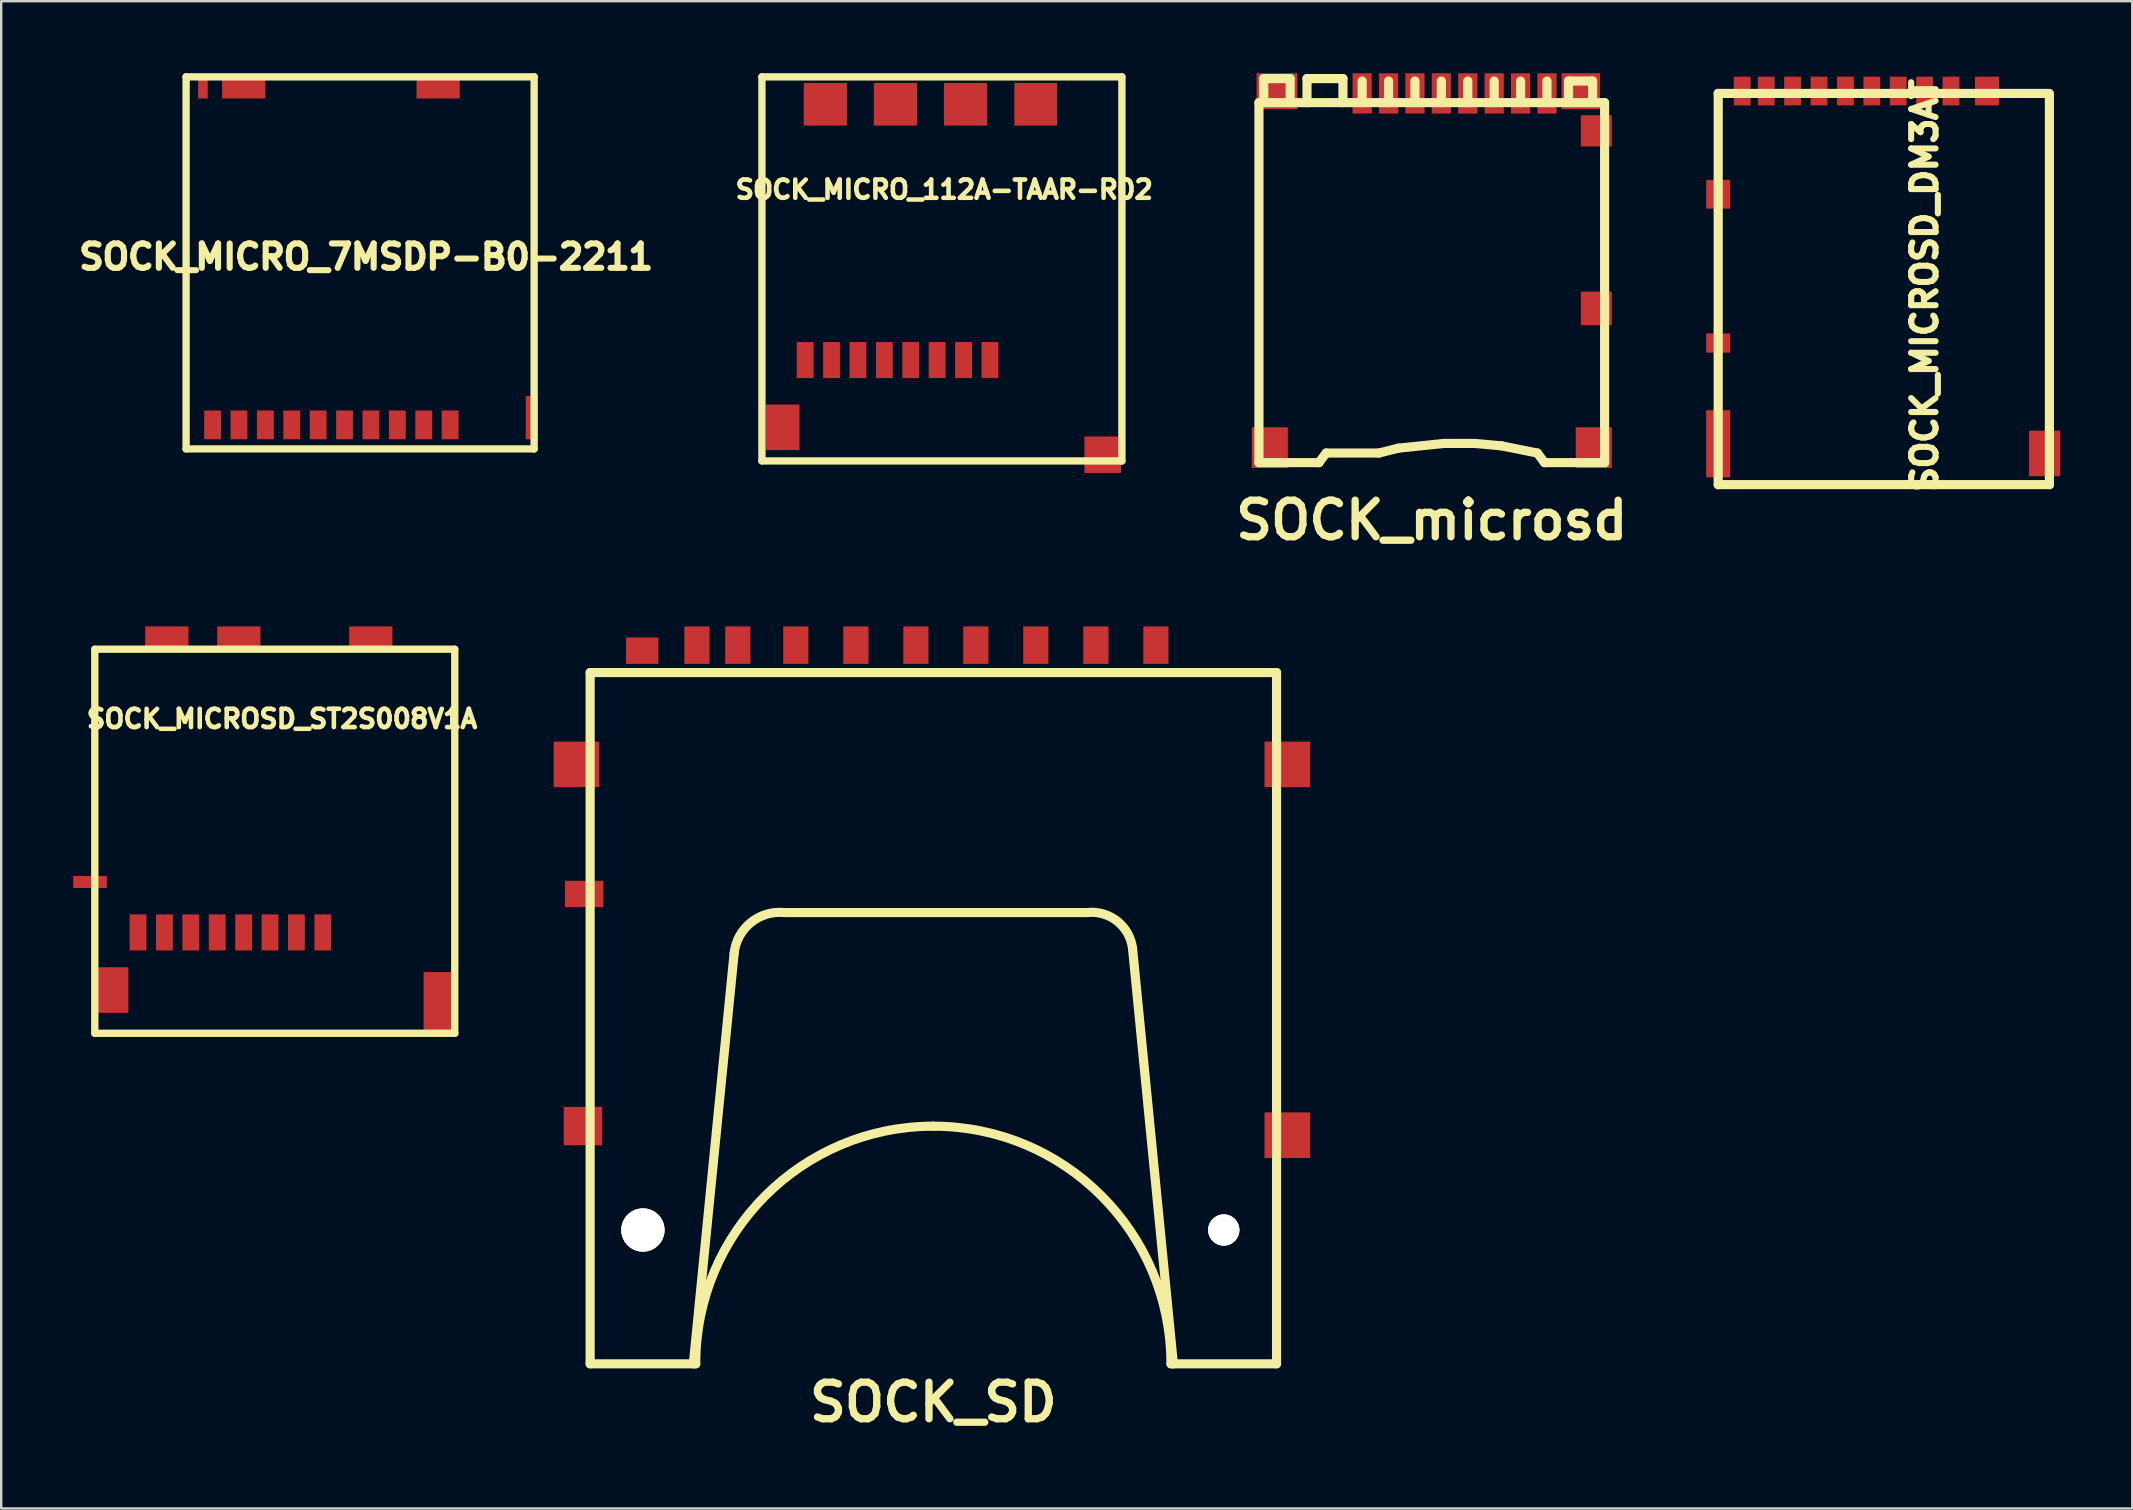
<source format=kicad_pcb>
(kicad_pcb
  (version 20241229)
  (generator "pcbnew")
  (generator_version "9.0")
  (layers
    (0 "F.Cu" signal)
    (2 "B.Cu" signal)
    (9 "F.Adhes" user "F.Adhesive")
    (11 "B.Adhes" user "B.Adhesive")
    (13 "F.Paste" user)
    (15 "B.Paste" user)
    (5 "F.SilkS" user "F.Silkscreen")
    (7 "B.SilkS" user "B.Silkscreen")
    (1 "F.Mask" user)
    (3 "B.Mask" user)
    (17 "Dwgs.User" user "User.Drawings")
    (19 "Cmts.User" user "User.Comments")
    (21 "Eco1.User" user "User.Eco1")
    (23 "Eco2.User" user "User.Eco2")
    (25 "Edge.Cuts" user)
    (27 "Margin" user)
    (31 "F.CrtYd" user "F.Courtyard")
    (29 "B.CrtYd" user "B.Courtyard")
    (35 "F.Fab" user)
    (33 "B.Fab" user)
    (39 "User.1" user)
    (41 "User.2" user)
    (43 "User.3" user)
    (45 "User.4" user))
  (footprint "SOCK_MICRO_112A-TAAR-R02"
    (layer "F.Cu")
    (at 38.197 12.088)
    (property "Reference" "SOCK_MICRO_112A-TAAR-R02" (at -1.905 -7.239 0) (layer "F.SilkS") (effects (font (size 0.762 0.762) (thickness 0.191))))
    (attr through_hole)
    (fp_line (start -9.5 -11.935) (end -9.5 4.067) (stroke (width 0.305) (type solid)) (layer "F.SilkS"))
    (fp_line (start -9.5 4.067) (end 5.499 4.067) (stroke (width 0.305) (type solid)) (layer "F.SilkS"))
    (fp_line (start 5.499 -11.935) (end -9.5 -11.935) (stroke (width 0.305) (type solid)) (layer "F.SilkS"))
    (fp_line (start 5.499 4.067) (end 5.499 -11.935) (stroke (width 0.305) (type solid)) (layer "F.SilkS"))
    (pad "1" smd rect (at 0 -0.135) (size 0.701 1.501) (layers "F.Cu" "F.Mask" "F.Paste"))
    (pad "2" smd rect (at -1.1 -0.135) (size 0.701 1.501) (layers "F.Cu" "F.Mask" "F.Paste"))
    (pad "3" smd rect (at -2.2 -0.135) (size 0.701 1.501) (layers "F.Cu" "F.Mask" "F.Paste"))
    (pad "4" smd rect (at -3.299 -0.135) (size 0.701 1.501) (layers "F.Cu" "F.Mask" "F.Paste"))
    (pad "5" smd rect (at -4.399 -0.135) (size 0.701 1.501) (layers "F.Cu" "F.Mask" "F.Paste"))
    (pad "6" smd rect (at -5.499 -0.135) (size 0.701 1.501) (layers "F.Cu" "F.Mask" "F.Paste"))
    (pad "7" smd rect (at -6.599 -0.135) (size 0.701 1.501) (layers "F.Cu" "F.Mask" "F.Paste"))
    (pad "8" smd rect (at -7.699 -0.135) (size 0.701 1.501) (layers "F.Cu" "F.Mask" "F.Paste"))
    (pad "9" smd rect (at -6.858 -10.795) (size 1.801 1.778) (layers "F.Cu" "F.Mask" "F.Paste"))
    (pad "10" smd rect (at -3.937 -10.795) (size 1.801 1.778) (layers "F.Cu" "F.Mask" "F.Paste"))
    (pad "11" smd rect (at -1.016 -10.795) (size 1.801 1.778) (layers "F.Cu" "F.Mask" "F.Paste"))
    (pad "12" smd rect (at 1.905 -10.795) (size 1.778 1.778) (layers "F.Cu" "F.Mask" "F.Paste"))
    (pad "13" smd rect (at -8.636 2.667) (size 1.4 1.9) (layers "F.Cu" "F.Mask" "F.Paste"))
    (pad "14" smd rect (at 4.699 3.81) (size 1.524 1.524) (layers "F.Cu" "F.Mask" "F.Paste")))
  (footprint "SOCK_SD"
    (layer "F.Cu")
    (at 35.839 38.375)
    (property "Reference" "SOCK_SD" (at 0 17 0) (layer "F.SilkS") (effects (font (size 1.524 1.524) (thickness 0.305))))
    (attr through_hole)
    (fp_line (start -14.3 -13.401) (end 14.3 -13.401) (stroke (width 0.381) (type solid)) (layer "F.SilkS"))
    (fp_line (start -14.3 15.4) (end -14.3 -13.401) (stroke (width 0.381) (type solid)) (layer "F.SilkS"))
    (fp_line (start -9.901 15.4) (end -14.3 15.4) (stroke (width 0.381) (type solid)) (layer "F.SilkS"))
    (fp_line (start -8.301 -1.699) (end -10 15.4) (stroke (width 0.381) (type solid)) (layer "F.SilkS"))
    (fp_line (start 6.401 -3.401) (end -6.2 -3.401) (stroke (width 0.381) (type solid)) (layer "F.SilkS"))
    (fp_line (start 8.301 -1.9) (end 10 15.4) (stroke (width 0.381) (type solid)) (layer "F.SilkS"))
    (fp_line (start 14.3 -13.401) (end 14.3 15.4) (stroke (width 0.381) (type solid)) (layer "F.SilkS"))
    (fp_line (start 14.3 15.4) (end 9.901 15.4) (stroke (width 0.381) (type solid)) (layer "F.SilkS"))
    (fp_arc (start -9.90092 15.40002) (mid -7.001008 8.399012) (end 0 5.4991) (stroke (width 0.381) (type solid)) (layer "F.SilkS"))
    (fp_arc (start -8.30072 -1.69926) (mid -7.604154 -2.984678) (end -6.20268 -3.40106) (stroke (width 0.381) (type solid)) (layer "F.SilkS"))
    (fp_arc (start 0 5.4991) (mid 7.001008 8.399012) (end 9.90092 15.40002) (stroke (width 0.381) (type solid)) (layer "F.SilkS"))
    (fp_arc (start 6.4008 -3.40106) (mid 7.662182 -3.042706) (end 8.30072 -1.89738) (stroke (width 0.381) (type solid)) (layer "F.SilkS"))
    (pad "" smd rect (at -14.869 -9.576) (size 1.9 1.9) (layers "F.Cu" "F.Mask" "F.Paste"))
    (pad "" thru_hole circle (at -12.101 9.825) (size 1.801 1.801) (drill 1.801) (layers "*.Cu" "*.Mask" "F.SilkS"))
    (pad "" thru_hole circle (at 12.101 9.825) (size 1.3 1.3) (drill 1.3) (layers "*.Cu" "*.Mask" "F.SilkS"))
    (pad "" smd rect (at 14.75 -9.576) (size 1.9 1.9) (layers "F.Cu" "F.Mask" "F.Paste"))
    (pad "" smd rect (at 14.75 5.875) (size 1.9 1.9) (layers "F.Cu" "F.Mask" "F.Paste"))
    (pad "1" smd rect (at 6.772 -14.544) (size 1.049 1.56) (layers "F.Cu" "F.Mask" "F.Paste"))
    (pad "2" smd rect (at 4.27 -14.544) (size 1.049 1.56) (layers "F.Cu" "F.Mask" "F.Paste"))
    (pad "3" smd rect (at 1.77 -14.544) (size 1.049 1.56) (layers "F.Cu" "F.Mask" "F.Paste"))
    (pad "4" smd rect (at -0.729 -14.544) (size 1.049 1.56) (layers "F.Cu" "F.Mask" "F.Paste"))
    (pad "5" smd rect (at -3.228 -14.544) (size 1.049 1.56) (layers "F.Cu" "F.Mask" "F.Paste"))
    (pad "6" smd rect (at -5.73 -14.544) (size 1.049 1.56) (layers "F.Cu" "F.Mask" "F.Paste"))
    (pad "7" smd rect (at -8.148 -14.544) (size 1.049 1.56) (layers "F.Cu" "F.Mask" "F.Paste"))
    (pad "8" smd rect (at -9.85 -14.544) (size 1.049 1.56) (layers "F.Cu" "F.Mask" "F.Paste"))
    (pad "9" smd rect (at 9.271 -14.544) (size 1.049 1.56) (layers "F.Cu" "F.Mask" "F.Paste"))
    (pad "CD" smd rect (at -12.129 -14.315) (size 1.349 1.1) (layers "F.Cu" "F.Mask" "F.Paste"))
    (pad "COM" smd rect (at -14.549 -4.176) (size 1.6 1.1) (layers "F.Cu" "F.Mask" "F.Paste"))
    (pad "WP" smd rect (at -14.6 5.494) (size 1.6 1.6) (layers "F.Cu" "F.Mask" "F.Paste")))
  (footprint "SOCK_MICROSD_ST2S008V1A"
    (layer "F.Cu")
    (at 10.4 35.301)
    (property "Reference" "SOCK_MICROSD_ST2S008V1A" (at -1.699 -8.4 0) (layer "F.SilkS") (effects (font (size 0.762 0.762) (thickness 0.191))))
    (attr through_hole)
    (fp_line (start -9.5 -11.3) (end -9.5 4.702) (stroke (width 0.305) (type solid)) (layer "F.SilkS"))
    (fp_line (start -9.5 4.702) (end 5.499 4.702) (stroke (width 0.305) (type solid)) (layer "F.SilkS"))
    (fp_line (start 5.499 -11.3) (end -9.5 -11.3) (stroke (width 0.305) (type solid)) (layer "F.SilkS"))
    (fp_line (start 5.499 4.702) (end 5.499 -11.3) (stroke (width 0.305) (type solid)) (layer "F.SilkS"))
    (pad "1" smd rect (at 0 0.5) (size 0.701 1.501) (layers "F.Cu" "F.Mask" "F.Paste"))
    (pad "2" smd rect (at -1.1 0.5) (size 0.701 1.501) (layers "F.Cu" "F.Mask" "F.Paste"))
    (pad "3" smd rect (at -2.2 0.5) (size 0.701 1.501) (layers "F.Cu" "F.Mask" "F.Paste"))
    (pad "4" smd rect (at -3.299 0.5) (size 0.701 1.501) (layers "F.Cu" "F.Mask" "F.Paste"))
    (pad "5" smd rect (at -4.399 0.5) (size 0.701 1.501) (layers "F.Cu" "F.Mask" "F.Paste"))
    (pad "6" smd rect (at -5.499 0.5) (size 0.701 1.501) (layers "F.Cu" "F.Mask" "F.Paste"))
    (pad "7" smd rect (at -6.599 0.5) (size 0.701 1.501) (layers "F.Cu" "F.Mask" "F.Paste"))
    (pad "8" smd rect (at -7.699 0.5) (size 0.701 1.501) (layers "F.Cu" "F.Mask" "F.Paste"))
    (pad "9" smd rect (at -6.5 -11.801) (size 1.801 0.899) (layers "F.Cu" "F.Mask" "F.Paste"))
    (pad "10" smd rect (at -3.5 -11.801) (size 1.801 0.899) (layers "F.Cu" "F.Mask" "F.Paste"))
    (pad "11" smd rect (at 1.999 -11.801) (size 1.801 0.899) (layers "F.Cu" "F.Mask" "F.Paste"))
    (pad "12" smd rect (at -9.7 -1.6) (size 1.4 0.5) (layers "F.Cu" "F.Mask" "F.Paste"))
    (pad "13" smd rect (at -8.801 2.901) (size 1.4 1.9) (layers "F.Cu" "F.Mask" "F.Paste"))
    (pad "14" smd rect (at 4.9 3.401) (size 1.4 2.499) (layers "F.Cu" "F.Mask" "F.Paste")))
  (footprint "SOCK_microsd"
    (layer "F.Cu")
    (at 56.607 8.226)
    (property "Reference" "SOCK_microsd" (at 0 10.399 0) (layer "F.SilkS") (effects (font (size 1.524 1.524) (thickness 0.305))))
    (attr through_hole)
    (fp_line (start -7.201 -7) (end -7.201 8.001) (stroke (width 0.381) (type solid)) (layer "F.SilkS"))
    (fp_line (start -7 -7) (end -7 -8.001) (stroke (width 0.381) (type solid)) (layer "F.SilkS"))
    (fp_line (start -5.9 -8.001) (end -7 -8.001) (stroke (width 0.381) (type solid)) (layer "F.SilkS"))
    (fp_line (start -5.9 -8.001) (end -5.9 -7) (stroke (width 0.381) (type solid)) (layer "F.SilkS"))
    (fp_line (start -5.199 -8.001) (end -5.199 -7) (stroke (width 0.381) (type solid)) (layer "F.SilkS"))
    (fp_line (start -4.699 8.001) (end -7.201 8.001) (stroke (width 0.381) (type solid)) (layer "F.SilkS"))
    (fp_line (start -4.402 7.6) (end -4.702 8.001) (stroke (width 0.381) (type solid)) (layer "F.SilkS"))
    (fp_line (start -3.701 -8.001) (end -5.199 -8.001) (stroke (width 0.381) (type solid)) (layer "F.SilkS"))
    (fp_line (start -3.701 -7) (end -3.701 -8.001) (stroke (width 0.381) (type solid)) (layer "F.SilkS"))
    (fp_line (start -2.901 -7) (end -2.901 -7.899) (stroke (width 0.381) (type solid)) (layer "F.SilkS"))
    (fp_line (start -2.2 7.6) (end -4.399 7.6) (stroke (width 0.381) (type solid)) (layer "F.SilkS"))
    (fp_line (start -2.2 7.6) (end -1.4 7.399) (stroke (width 0.381) (type solid)) (layer "F.SilkS"))
    (fp_line (start -1.801 -7.899) (end -1.801 -7) (stroke (width 0.381) (type solid)) (layer "F.SilkS"))
    (fp_line (start -1.4 7.399) (end 0.5 7.201) (stroke (width 0.381) (type solid)) (layer "F.SilkS"))
    (fp_line (start -0.701 -7.899) (end -0.701 -7.099) (stroke (width 0.381) (type solid)) (layer "F.SilkS"))
    (fp_line (start 0.399 -7.899) (end 0.399 -7) (stroke (width 0.381) (type solid)) (layer "F.SilkS"))
    (fp_line (start 0.5 7.201) (end 1.801 7.201) (stroke (width 0.381) (type solid)) (layer "F.SilkS"))
    (fp_line (start 1.501 -7.899) (end 1.501 -7) (stroke (width 0.381) (type solid)) (layer "F.SilkS"))
    (fp_line (start 1.801 7.201) (end 2.901 7.3) (stroke (width 0.381) (type solid)) (layer "F.SilkS"))
    (fp_line (start 2.601 -7.899) (end 2.601 -7) (stroke (width 0.381) (type solid)) (layer "F.SilkS"))
    (fp_line (start 2.901 7.3) (end 4.399 7.6) (stroke (width 0.381) (type solid)) (layer "F.SilkS"))
    (fp_line (start 3.701 -7.899) (end 3.701 -7) (stroke (width 0.381) (type solid)) (layer "F.SilkS"))
    (fp_line (start 4.699 8.001) (end 4.399 7.6) (stroke (width 0.381) (type solid)) (layer "F.SilkS"))
    (fp_line (start 4.699 8.001) (end 7.201 8.001) (stroke (width 0.381) (type solid)) (layer "F.SilkS"))
    (fp_line (start 4.801 -7.899) (end 4.801 -7) (stroke (width 0.381) (type solid)) (layer "F.SilkS"))
    (fp_line (start 5.7 -7.899) (end 6.701 -7.899) (stroke (width 0.381) (type solid)) (layer "F.SilkS"))
    (fp_line (start 5.7 -7) (end 5.7 -7.899) (stroke (width 0.381) (type solid)) (layer "F.SilkS"))
    (fp_line (start 6.701 -7.899) (end 6.701 -7) (stroke (width 0.381) (type solid)) (layer "F.SilkS"))
    (fp_line (start 7.201 -7) (end -7.201 -7) (stroke (width 0.381) (type solid)) (layer "F.SilkS"))
    (fp_line (start 7.201 8.001) (end 7.201 -7) (stroke (width 0.381) (type solid)) (layer "F.SilkS"))
    (pad "" smd rect (at -6.749 7.376) (size 1.501 1.699) (layers "F.Cu" "F.Mask" "F.Paste"))
    (pad "" smd rect (at -6.449 -7.475) (size 1.699 1.501) (layers "F.Cu" "F.Mask" "F.Paste"))
    (pad "" smd rect (at 6.21 -7.475) (size 1.6 1.501) (layers "F.Cu" "F.Mask" "F.Paste"))
    (pad "" smd rect (at 6.749 7.376) (size 1.501 1.699) (layers "F.Cu" "F.Mask" "F.Paste"))
    (pad "1" smd rect (at 4.801 -7.384) (size 0.8 1.679) (layers "F.Cu" "F.Mask" "F.Paste"))
    (pad "2" smd rect (at 3.701 -7.384) (size 0.8 1.679) (layers "F.Cu" "F.Mask" "F.Paste"))
    (pad "3" smd rect (at 2.601 -7.384) (size 0.8 1.679) (layers "F.Cu" "F.Mask" "F.Paste"))
    (pad "4" smd rect (at 1.501 -7.384) (size 0.8 1.679) (layers "F.Cu" "F.Mask" "F.Paste"))
    (pad "5" smd rect (at 0.399 -7.384) (size 0.8 1.679) (layers "F.Cu" "F.Mask" "F.Paste"))
    (pad "6" smd rect (at -0.701 -7.384) (size 0.8 1.679) (layers "F.Cu" "F.Mask" "F.Paste"))
    (pad "7" smd rect (at -1.801 -7.384) (size 0.8 1.679) (layers "F.Cu" "F.Mask" "F.Paste"))
    (pad "8" smd rect (at -2.901 -7.384) (size 0.8 1.679) (layers "F.Cu" "F.Mask" "F.Paste"))
    (pad "CD1" smd rect (at 6.855 1.575) (size 1.29 1.4) (layers "F.Cu" "F.Mask" "F.Paste"))
    (pad "CD2" smd rect (at 6.855 -5.824) (size 1.29 1.3) (layers "F.Cu" "F.Mask" "F.Paste")))
  (footprint "SOCK_MICROSD_DM3AT"
    (layer "F.Cu")
    (at 78.241 0.743)
    (property "Reference" "SOCK_MICROSD_DM3AT" (at -1.1 8.1 90) (layer "F.SilkS") (effects (font (size 1.016 1.016) (thickness 0.254))))
    (attr through_hole)
    (fp_line (start -9.7 0.099) (end -9.7 16.401) (stroke (width 0.381) (type solid)) (layer "F.SilkS"))
    (fp_line (start -9.7 16.401) (end 4.1 16.401) (stroke (width 0.381) (type solid)) (layer "F.SilkS"))
    (fp_line (start 4 0.099) (end -9.7 0.099) (stroke (width 0.381) (type solid)) (layer "F.SilkS"))
    (fp_line (start 4.1 16.401) (end 4.1 0.099) (stroke (width 0.381) (type solid)) (layer "F.SilkS"))
    (pad "1" smd rect (at 0 0) (size 0.701 1.199) (layers "F.Cu" "F.Mask" "F.Paste"))
    (pad "2" smd rect (at -1.1 0) (size 0.701 1.199) (layers "F.Cu" "F.Mask" "F.Paste"))
    (pad "3" smd rect (at -2.2 0) (size 0.701 1.199) (layers "F.Cu" "F.Mask" "F.Paste"))
    (pad "4" smd rect (at -3.299 0) (size 0.701 1.199) (layers "F.Cu" "F.Mask" "F.Paste"))
    (pad "5" smd rect (at -4.399 0) (size 0.701 1.199) (layers "F.Cu" "F.Mask" "F.Paste"))
    (pad "6" smd rect (at -5.499 0) (size 0.701 1.199) (layers "F.Cu" "F.Mask" "F.Paste"))
    (pad "7" smd rect (at -6.599 0) (size 0.701 1.199) (layers "F.Cu" "F.Mask" "F.Paste"))
    (pad "8" smd rect (at -7.699 0) (size 0.701 1.199) (layers "F.Cu" "F.Mask" "F.Paste"))
    (pad "9" smd rect (at -8.7 0) (size 0.701 1.199) (layers "F.Cu" "F.Mask" "F.Paste"))
    (pad "10" smd rect (at 1.501 0) (size 1.001 1.199) (layers "F.Cu" "F.Mask" "F.Paste"))
    (pad "11" smd rect (at -9.7 4.3) (size 1.001 1.199) (layers "F.Cu" "F.Mask" "F.Paste"))
    (pad "12" smd rect (at -9.7 10.5) (size 1.001 0.8) (layers "F.Cu" "F.Mask" "F.Paste"))
    (pad "13" smd rect (at -9.7 14.699) (size 1.001 2.799) (layers "F.Cu" "F.Mask" "F.Paste"))
    (pad "14" smd rect (at 3.901 15.1) (size 1.3 1.9) (layers "F.Cu" "F.Mask" "F.Paste")))
  (footprint "SOCK_MICRO_7MSDP-B0-2211"
    (layer "F.Cu")
    (at 15.705 14.653)
    (property "Reference" "SOCK_MICRO_7MSDP-B0-2211" (at -3.5 -7 0) (layer "F.SilkS") (effects (font (size 1.016 1.016) (thickness 0.254))))
    (attr through_hole)
    (fp_line (start -11.001 -14.501) (end -11.001 1.001) (stroke (width 0.305) (type solid)) (layer "F.SilkS"))
    (fp_line (start -11.001 1.001) (end 3.5 1.001) (stroke (width 0.305) (type solid)) (layer "F.SilkS"))
    (fp_line (start 3.5 -14.501) (end -11.001 -14.501) (stroke (width 0.305) (type solid)) (layer "F.SilkS"))
    (fp_line (start 3.5 1.001) (end 3.5 -14.501) (stroke (width 0.305) (type solid)) (layer "F.SilkS"))
    (pad "1" smd rect (at 0 0) (size 0.701 1.199) (layers "F.Cu" "F.Mask" "F.Paste"))
    (pad "2" smd rect (at -2.2 0) (size 0.701 1.199) (layers "F.Cu" "F.Mask" "F.Paste"))
    (pad "3" smd rect (at -3.299 0) (size 0.701 1.199) (layers "F.Cu" "F.Mask" "F.Paste"))
    (pad "4" smd rect (at -4.399 0) (size 0.701 1.199) (layers "F.Cu" "F.Mask" "F.Paste"))
    (pad "5" smd rect (at -5.499 0) (size 0.701 1.199) (layers "F.Cu" "F.Mask" "F.Paste"))
    (pad "6" smd rect (at -6.599 0) (size 0.701 1.199) (layers "F.Cu" "F.Mask" "F.Paste"))
    (pad "7" smd rect (at -7.699 0) (size 0.701 1.199) (layers "F.Cu" "F.Mask" "F.Paste"))
    (pad "8" smd rect (at -9.898 0) (size 0.701 1.199) (layers "F.Cu" "F.Mask" "F.Paste"))
    (pad "9" smd rect (at -1.1 0) (size 0.701 1.199) (layers "F.Cu" "F.Mask" "F.Paste"))
    (pad "10" smd rect (at -8.799 0) (size 0.701 1.199) (layers "F.Cu" "F.Mask" "F.Paste"))
    (pad "11" smd rect (at -10.3 -14.1) (size 0.399 1.001) (layers "F.Cu" "F.Mask" "F.Paste"))
    (pad "12" smd rect (at -8.6 -14.1) (size 1.801 1.001) (layers "F.Cu" "F.Mask" "F.Paste"))
    (pad "13" smd rect (at -0.5 -14.1) (size 1.801 1.001) (layers "F.Cu" "F.Mask" "F.Paste"))
    (pad "14" smd rect (at 3.401 -0.3) (size 0.5 1.801) (layers "F.Cu" "F.Mask" "F.Paste")))
  (gr_rect
    (start -3 -3)
    (end 85.792 59.802)
    (stroke (width 0.1) (type default))
    (fill no)
    (layer "Edge.Cuts")))
</source>
